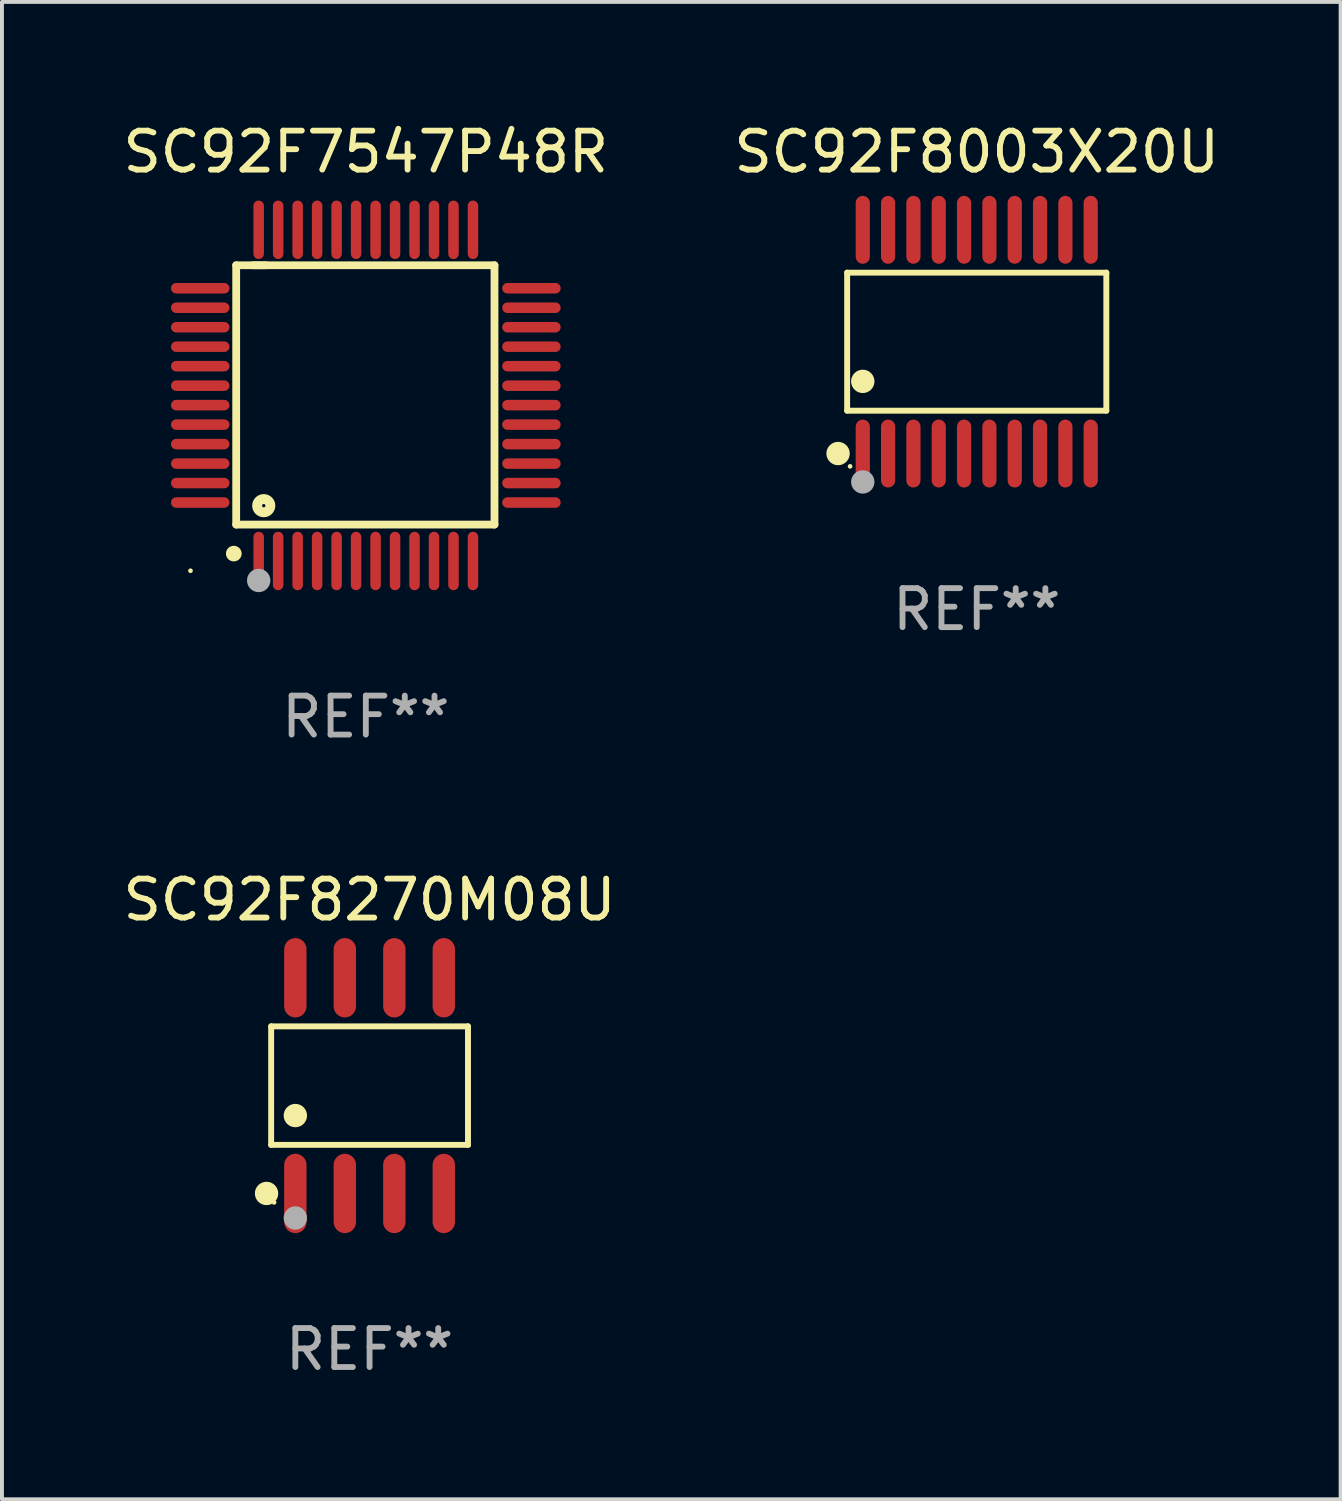
<source format=kicad_pcb>
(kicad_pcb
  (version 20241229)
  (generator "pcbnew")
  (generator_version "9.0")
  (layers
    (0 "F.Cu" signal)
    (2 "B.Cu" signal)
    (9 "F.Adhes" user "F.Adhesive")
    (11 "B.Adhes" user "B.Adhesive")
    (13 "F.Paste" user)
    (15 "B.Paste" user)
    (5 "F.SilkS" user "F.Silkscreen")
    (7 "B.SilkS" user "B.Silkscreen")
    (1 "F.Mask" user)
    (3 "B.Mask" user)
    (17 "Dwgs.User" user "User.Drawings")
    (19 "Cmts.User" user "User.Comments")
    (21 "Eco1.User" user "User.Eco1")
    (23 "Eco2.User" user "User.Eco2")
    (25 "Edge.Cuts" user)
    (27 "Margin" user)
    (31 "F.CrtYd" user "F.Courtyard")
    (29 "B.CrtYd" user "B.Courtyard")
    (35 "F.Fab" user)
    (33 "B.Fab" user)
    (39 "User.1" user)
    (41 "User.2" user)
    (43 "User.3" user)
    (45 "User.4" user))
  (footprint "SC92F7547P48R"
    (layer "F.Cu")
    (at 6.339 7.098)
    (property "Reference" "SC92F7547P48R" (at 0 -6.25 0) (layer "F.SilkS") (effects (font (size 1 1) (thickness 0.15))))
    (attr through_hole)
    (fp_line (start -3.327 -3.34) (end -2.565 -3.34) (stroke (width 0.2) (type solid)) (layer "F.SilkS"))
    (fp_line (start -3.327 3.315) (end -3.327 -3.34) (stroke (width 0.2) (type solid)) (layer "F.SilkS"))
    (fp_line (start -2.896 -3.34) (end 3.302 -3.34) (stroke (width 0.2) (type solid)) (layer "F.SilkS"))
    (fp_line (start 3.302 -3.34) (end 3.302 3.315) (stroke (width 0.2) (type solid)) (layer "F.SilkS"))
    (fp_line (start 3.302 3.315) (end -3.327 3.315) (stroke (width 0.2) (type solid)) (layer "F.SilkS"))
    (fp_arc (start -3.389992 4.059995) (mid -3.388722 4.059991) (end -3.387452 4.059995) (stroke (width 0.4) (type solid)) (layer "F.SilkS"))
    (fp_circle (center -4.5 4.5) (end -4.47 4.5) (stroke (width 0.06) (type solid)) (fill no) (layer "F.SilkS"))
    (fp_circle (center -2.62 2.83) (end -2.45 2.83) (stroke (width 0.254) (type solid)) (fill no) (layer "F.SilkS"))
    (fp_circle (center -2.75 4.75) (end -2.6 4.75) (stroke (width 0.3) (type solid)) (fill no) (layer "F.Fab"))
    (fp_text user "REF**" (at 0 8.25 0) (layer "F.Fab") (effects (font (size 1 1) (thickness 0.15))))
    (pad "1" smd oval (at -2.75 4.25) (size 0.27 1.5) (layers "F.Cu" "F.Mask" "F.Paste"))
    (pad "2" smd oval (at -2.25 4.25) (size 0.27 1.5) (layers "F.Cu" "F.Mask" "F.Paste"))
    (pad "3" smd oval (at -1.75 4.25) (size 0.27 1.5) (layers "F.Cu" "F.Mask" "F.Paste"))
    (pad "4" smd oval (at -1.25 4.25) (size 0.27 1.5) (layers "F.Cu" "F.Mask" "F.Paste"))
    (pad "5" smd oval (at -0.75 4.25) (size 0.27 1.5) (layers "F.Cu" "F.Mask" "F.Paste"))
    (pad "6" smd oval (at -0.25 4.25) (size 0.27 1.5) (layers "F.Cu" "F.Mask" "F.Paste"))
    (pad "7" smd oval (at 0.25 4.25) (size 0.27 1.5) (layers "F.Cu" "F.Mask" "F.Paste"))
    (pad "8" smd oval (at 0.75 4.25) (size 0.27 1.5) (layers "F.Cu" "F.Mask" "F.Paste"))
    (pad "9" smd oval (at 1.25 4.25) (size 0.27 1.5) (layers "F.Cu" "F.Mask" "F.Paste"))
    (pad "10" smd oval (at 1.75 4.25) (size 0.27 1.5) (layers "F.Cu" "F.Mask" "F.Paste"))
    (pad "11" smd oval (at 2.25 4.25) (size 0.27 1.5) (layers "F.Cu" "F.Mask" "F.Paste"))
    (pad "12" smd oval (at 2.75 4.25) (size 0.27 1.5) (layers "F.Cu" "F.Mask" "F.Paste"))
    (pad "13" smd oval (at 4.25 2.75) (size 1.5 0.27) (layers "F.Cu" "F.Mask" "F.Paste"))
    (pad "14" smd oval (at 4.25 2.25) (size 1.5 0.27) (layers "F.Cu" "F.Mask" "F.Paste"))
    (pad "15" smd oval (at 4.25 1.75) (size 1.5 0.27) (layers "F.Cu" "F.Mask" "F.Paste"))
    (pad "16" smd oval (at 4.25 1.25) (size 1.5 0.27) (layers "F.Cu" "F.Mask" "F.Paste"))
    (pad "17" smd oval (at 4.25 0.75) (size 1.5 0.27) (layers "F.Cu" "F.Mask" "F.Paste"))
    (pad "18" smd oval (at 4.25 0.25) (size 1.5 0.27) (layers "F.Cu" "F.Mask" "F.Paste"))
    (pad "19" smd oval (at 4.25 -0.25) (size 1.5 0.27) (layers "F.Cu" "F.Mask" "F.Paste"))
    (pad "20" smd oval (at 4.25 -0.75) (size 1.5 0.27) (layers "F.Cu" "F.Mask" "F.Paste"))
    (pad "21" smd oval (at 4.25 -1.25) (size 1.5 0.27) (layers "F.Cu" "F.Mask" "F.Paste"))
    (pad "22" smd oval (at 4.25 -1.75) (size 1.5 0.27) (layers "F.Cu" "F.Mask" "F.Paste"))
    (pad "23" smd oval (at 4.25 -2.25) (size 1.5 0.27) (layers "F.Cu" "F.Mask" "F.Paste"))
    (pad "24" smd oval (at 4.25 -2.75) (size 1.5 0.27) (layers "F.Cu" "F.Mask" "F.Paste"))
    (pad "25" smd oval (at 2.75 -4.25) (size 0.27 1.5) (layers "F.Cu" "F.Mask" "F.Paste"))
    (pad "26" smd oval (at 2.25 -4.25) (size 0.27 1.5) (layers "F.Cu" "F.Mask" "F.Paste"))
    (pad "27" smd oval (at 1.75 -4.25) (size 0.27 1.5) (layers "F.Cu" "F.Mask" "F.Paste"))
    (pad "28" smd oval (at 1.25 -4.25) (size 0.27 1.5) (layers "F.Cu" "F.Mask" "F.Paste"))
    (pad "29" smd oval (at 0.75 -4.25) (size 0.27 1.5) (layers "F.Cu" "F.Mask" "F.Paste"))
    (pad "30" smd oval (at 0.25 -4.25) (size 0.27 1.5) (layers "F.Cu" "F.Mask" "F.Paste"))
    (pad "31" smd oval (at -0.25 -4.25) (size 0.27 1.5) (layers "F.Cu" "F.Mask" "F.Paste"))
    (pad "32" smd oval (at -0.75 -4.25) (size 0.27 1.5) (layers "F.Cu" "F.Mask" "F.Paste"))
    (pad "33" smd oval (at -1.25 -4.25) (size 0.27 1.5) (layers "F.Cu" "F.Mask" "F.Paste"))
    (pad "34" smd oval (at -1.75 -4.25) (size 0.27 1.5) (layers "F.Cu" "F.Mask" "F.Paste"))
    (pad "35" smd oval (at -2.25 -4.25) (size 0.27 1.5) (layers "F.Cu" "F.Mask" "F.Paste"))
    (pad "36" smd oval (at -2.75 -4.25) (size 0.27 1.5) (layers "F.Cu" "F.Mask" "F.Paste"))
    (pad "37" smd oval (at -4.25 -2.75) (size 1.5 0.27) (layers "F.Cu" "F.Mask" "F.Paste"))
    (pad "38" smd oval (at -4.25 -2.25) (size 1.5 0.27) (layers "F.Cu" "F.Mask" "F.Paste"))
    (pad "39" smd oval (at -4.25 -1.75) (size 1.5 0.27) (layers "F.Cu" "F.Mask" "F.Paste"))
    (pad "40" smd oval (at -4.25 -1.25) (size 1.5 0.27) (layers "F.Cu" "F.Mask" "F.Paste"))
    (pad "41" smd oval (at -4.25 -0.75) (size 1.5 0.27) (layers "F.Cu" "F.Mask" "F.Paste"))
    (pad "42" smd oval (at -4.25 -0.25) (size 1.5 0.27) (layers "F.Cu" "F.Mask" "F.Paste"))
    (pad "43" smd oval (at -4.25 0.25) (size 1.5 0.27) (layers "F.Cu" "F.Mask" "F.Paste"))
    (pad "44" smd oval (at -4.25 0.75) (size 1.5 0.27) (layers "F.Cu" "F.Mask" "F.Paste"))
    (pad "45" smd oval (at -4.25 1.25) (size 1.5 0.27) (layers "F.Cu" "F.Mask" "F.Paste"))
    (pad "46" smd oval (at -4.25 1.75) (size 1.5 0.27) (layers "F.Cu" "F.Mask" "F.Paste"))
    (pad "47" smd oval (at -4.25 2.25) (size 1.5 0.27) (layers "F.Cu" "F.Mask" "F.Paste"))
    (pad "48" smd oval (at -4.25 2.75) (size 1.5 0.27) (layers "F.Cu" "F.Mask" "F.Paste")))
  (footprint "SC92F8270M08U"
    (layer "F.Cu")
    (at 6.435 24.812)
    (property "Reference" "SC92F8270M08U" (at 0 -4.768 0) (layer "F.SilkS") (effects (font (size 1 1) (thickness 0.15))))
    (attr through_hole)
    (fp_line (start -2.526 -1.521) (end 2.526 -1.521) (stroke (width 0.152) (type solid)) (layer "F.SilkS"))
    (fp_line (start -2.526 1.521) (end -2.526 -1.521) (stroke (width 0.152) (type solid)) (layer "F.SilkS"))
    (fp_line (start 2.526 -1.521) (end 2.526 1.521) (stroke (width 0.152) (type solid)) (layer "F.SilkS"))
    (fp_line (start 2.526 1.521) (end -2.526 1.521) (stroke (width 0.152) (type solid)) (layer "F.SilkS"))
    (fp_circle (center -2.644 2.768) (end -2.494 2.768) (stroke (width 0.3) (type solid)) (fill no) (layer "F.SilkS"))
    (fp_circle (center -2.45 2.998) (end -2.42 2.998) (stroke (width 0.06) (type solid)) (fill no) (layer "F.SilkS"))
    (fp_circle (center -1.905 0.769) (end -1.755 0.769) (stroke (width 0.3) (type solid)) (fill no) (layer "F.SilkS"))
    (fp_circle (center -1.905 3.398) (end -1.755 3.398) (stroke (width 0.3) (type solid)) (fill no) (layer "F.Fab"))
    (fp_text user "REF**" (at 0 6.768 0) (layer "F.Fab") (effects (font (size 1 1) (thickness 0.15))))
    (pad "1" smd oval (at -1.905 2.768) (size 0.574 2.036) (layers "F.Cu" "F.Mask" "F.Paste"))
    (pad "2" smd oval (at -0.635 2.768) (size 0.574 2.036) (layers "F.Cu" "F.Mask" "F.Paste"))
    (pad "3" smd oval (at 0.635 2.768) (size 0.574 2.036) (layers "F.Cu" "F.Mask" "F.Paste"))
    (pad "4" smd oval (at 1.905 2.768) (size 0.574 2.036) (layers "F.Cu" "F.Mask" "F.Paste"))
    (pad "5" smd oval (at 1.905 -2.768) (size 0.574 2.036) (layers "F.Cu" "F.Mask" "F.Paste"))
    (pad "6" smd oval (at 0.635 -2.768) (size 0.574 2.036) (layers "F.Cu" "F.Mask" "F.Paste"))
    (pad "7" smd oval (at -0.635 -2.768) (size 0.574 2.036) (layers "F.Cu" "F.Mask" "F.Paste"))
    (pad "8" smd oval (at -1.905 -2.768) (size 0.574 2.036) (layers "F.Cu" "F.Mask" "F.Paste")))
  (footprint "SC92F8003X20U"
    (layer "F.Cu")
    (at 22.018 5.719)
    (property "Reference" "SC92F8003X20U" (at 0 -4.871 0) (layer "F.SilkS") (effects (font (size 1 1) (thickness 0.15))))
    (attr through_hole)
    (fp_line (start -3.326 -1.771) (end 3.326 -1.771) (stroke (width 0.152) (type solid)) (layer "F.SilkS"))
    (fp_line (start -3.326 1.771) (end -3.326 -1.771) (stroke (width 0.152) (type solid)) (layer "F.SilkS"))
    (fp_line (start 3.326 -1.771) (end 3.326 1.771) (stroke (width 0.152) (type solid)) (layer "F.SilkS"))
    (fp_line (start 3.326 1.771) (end -3.326 1.771) (stroke (width 0.152) (type solid)) (layer "F.SilkS"))
    (fp_circle (center -3.559 2.871) (end -3.409 2.871) (stroke (width 0.3) (type solid)) (fill no) (layer "F.SilkS"))
    (fp_circle (center -3.25 3.2) (end -3.22 3.2) (stroke (width 0.06) (type solid)) (fill no) (layer "F.SilkS"))
    (fp_circle (center -2.925 1.019) (end -2.775 1.019) (stroke (width 0.3) (type solid)) (fill no) (layer "F.SilkS"))
    (fp_circle (center -2.925 3.6) (end -2.775 3.6) (stroke (width 0.3) (type solid)) (fill no) (layer "F.Fab"))
    (fp_text user "REF**" (at 0 6.871 0) (layer "F.Fab") (effects (font (size 1 1) (thickness 0.15))))
    (pad "1" smd oval (at -2.925 2.871) (size 0.364 1.742) (layers "F.Cu" "F.Mask" "F.Paste"))
    (pad "2" smd oval (at -2.275 2.871) (size 0.364 1.742) (layers "F.Cu" "F.Mask" "F.Paste"))
    (pad "3" smd oval (at -1.625 2.871) (size 0.364 1.742) (layers "F.Cu" "F.Mask" "F.Paste"))
    (pad "4" smd oval (at -0.975 2.871) (size 0.364 1.742) (layers "F.Cu" "F.Mask" "F.Paste"))
    (pad "5" smd oval (at -0.325 2.871) (size 0.364 1.742) (layers "F.Cu" "F.Mask" "F.Paste"))
    (pad "6" smd oval (at 0.325 2.871) (size 0.364 1.742) (layers "F.Cu" "F.Mask" "F.Paste"))
    (pad "7" smd oval (at 0.975 2.871) (size 0.364 1.742) (layers "F.Cu" "F.Mask" "F.Paste"))
    (pad "8" smd oval (at 1.625 2.871) (size 0.364 1.742) (layers "F.Cu" "F.Mask" "F.Paste"))
    (pad "9" smd oval (at 2.275 2.871) (size 0.364 1.742) (layers "F.Cu" "F.Mask" "F.Paste"))
    (pad "10" smd oval (at 2.925 2.871) (size 0.364 1.742) (layers "F.Cu" "F.Mask" "F.Paste"))
    (pad "11" smd oval (at 2.925 -2.871) (size 0.364 1.742) (layers "F.Cu" "F.Mask" "F.Paste"))
    (pad "12" smd oval (at 2.275 -2.871) (size 0.364 1.742) (layers "F.Cu" "F.Mask" "F.Paste"))
    (pad "13" smd oval (at 1.625 -2.871) (size 0.364 1.742) (layers "F.Cu" "F.Mask" "F.Paste"))
    (pad "14" smd oval (at 0.975 -2.871) (size 0.364 1.742) (layers "F.Cu" "F.Mask" "F.Paste"))
    (pad "15" smd oval (at 0.325 -2.871) (size 0.364 1.742) (layers "F.Cu" "F.Mask" "F.Paste"))
    (pad "16" smd oval (at -0.325 -2.871) (size 0.364 1.742) (layers "F.Cu" "F.Mask" "F.Paste"))
    (pad "17" smd oval (at -0.975 -2.871) (size 0.364 1.742) (layers "F.Cu" "F.Mask" "F.Paste"))
    (pad "18" smd oval (at -1.625 -2.871) (size 0.364 1.742) (layers "F.Cu" "F.Mask" "F.Paste"))
    (pad "19" smd oval (at -2.275 -2.871) (size 0.364 1.742) (layers "F.Cu" "F.Mask" "F.Paste"))
    (pad "20" smd oval (at -2.925 -2.871) (size 0.364 1.742) (layers "F.Cu" "F.Mask" "F.Paste")))
  (gr_rect
    (start -3 -3)
    (end 31.357 35.429)
    (stroke (width 0.1) (type default))
    (fill no)
    (layer "Edge.Cuts")))
</source>
